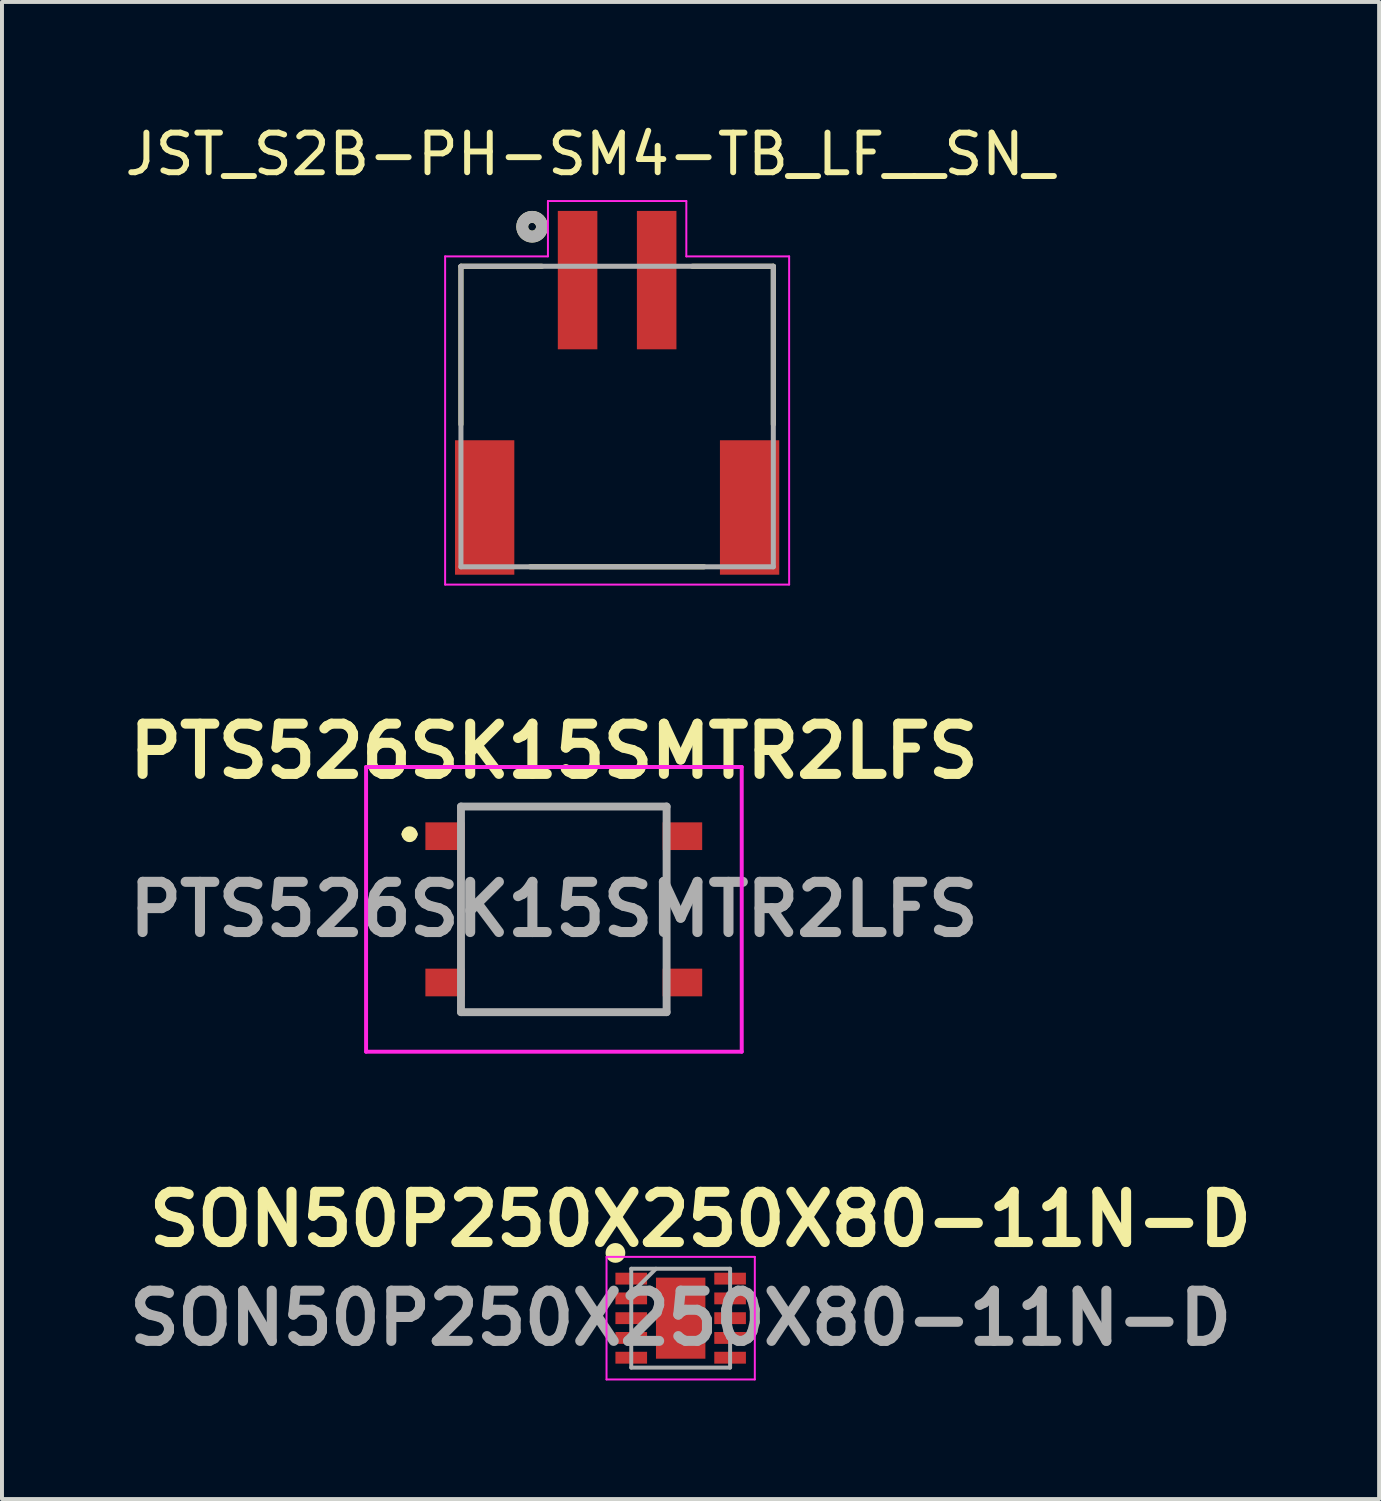
<source format=kicad_pcb>
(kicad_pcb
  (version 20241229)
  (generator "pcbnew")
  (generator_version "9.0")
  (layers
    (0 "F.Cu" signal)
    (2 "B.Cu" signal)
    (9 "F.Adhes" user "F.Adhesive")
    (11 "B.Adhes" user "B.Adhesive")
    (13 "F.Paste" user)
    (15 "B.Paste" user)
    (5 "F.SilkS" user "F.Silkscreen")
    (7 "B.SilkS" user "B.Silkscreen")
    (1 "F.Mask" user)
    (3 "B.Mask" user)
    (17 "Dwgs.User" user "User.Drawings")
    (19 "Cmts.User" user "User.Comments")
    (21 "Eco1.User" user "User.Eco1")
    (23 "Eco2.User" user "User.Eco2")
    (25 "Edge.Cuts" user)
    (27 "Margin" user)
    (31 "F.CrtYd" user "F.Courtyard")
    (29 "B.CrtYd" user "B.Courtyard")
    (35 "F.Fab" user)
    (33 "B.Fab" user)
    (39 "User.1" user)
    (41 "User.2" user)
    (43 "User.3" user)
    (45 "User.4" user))
  (footprint "PTS526SK15SMTR2LFS"
    (layer "F.Cu")
    (at 11.208 19.947)
    (property "Reference" "PTS526SK15SMTR2LFS" (at -0.25 -4 0) (layer "F.SilkS") (effects (font (size 1.27 1.27) (thickness 0.254))))
    (attr smd)
    (fp_line (start -4 -1.9) (end -4 -1.9) (stroke (width 0.2) (type solid)) (layer "F.SilkS"))
    (fp_line (start -3.8 -1.9) (end -3.8 -1.9) (stroke (width 0.2) (type solid)) (layer "F.SilkS"))
    (fp_line (start -2.6 -2.6) (end 2.6 -2.6) (stroke (width 0.1) (type solid)) (layer "F.SilkS"))
    (fp_line (start -2.6 -2.4) (end -2.6 -2.6) (stroke (width 0.1) (type solid)) (layer "F.SilkS"))
    (fp_line (start -2.6 1.3) (end -2.6 -1.3) (stroke (width 0.1) (type solid)) (layer "F.SilkS"))
    (fp_line (start -2.6 2.4) (end -2.6 2.6) (stroke (width 0.1) (type solid)) (layer "F.SilkS"))
    (fp_line (start -2.6 2.6) (end 2.6 2.6) (stroke (width 0.1) (type solid)) (layer "F.SilkS"))
    (fp_line (start 2.6 -2.6) (end 2.6 -2.4) (stroke (width 0.1) (type solid)) (layer "F.SilkS"))
    (fp_line (start 2.6 1.3) (end 2.6 -1.3) (stroke (width 0.1) (type solid)) (layer "F.SilkS"))
    (fp_line (start 2.6 2.6) (end 2.6 2.4) (stroke (width 0.1) (type solid)) (layer "F.SilkS"))
    (fp_arc (start -4 -1.9) (mid -3.9 -2) (end -3.8 -1.9) (stroke (width 0.2) (type solid)) (layer "F.SilkS"))
    (fp_arc (start -3.8 -1.9) (mid -3.9 -1.8) (end -4 -1.9) (stroke (width 0.2) (type solid)) (layer "F.SilkS"))
    (fp_line (start -5 -3.6) (end 4.5 -3.6) (stroke (width 0.1) (type solid)) (layer "F.CrtYd"))
    (fp_line (start -5 3.6) (end -5 -3.6) (stroke (width 0.1) (type solid)) (layer "F.CrtYd"))
    (fp_line (start 4.5 -3.6) (end 4.5 3.6) (stroke (width 0.1) (type solid)) (layer "F.CrtYd"))
    (fp_line (start 4.5 3.6) (end -5 3.6) (stroke (width 0.1) (type solid)) (layer "F.CrtYd"))
    (fp_line (start -2.6 -2.6) (end 2.6 -2.6) (stroke (width 0.2) (type solid)) (layer "F.Fab"))
    (fp_line (start -2.6 2.6) (end -2.6 -2.6) (stroke (width 0.2) (type solid)) (layer "F.Fab"))
    (fp_line (start 2.6 -2.6) (end 2.6 2.6) (stroke (width 0.2) (type solid)) (layer "F.Fab"))
    (fp_line (start 2.6 2.6) (end -2.6 2.6) (stroke (width 0.2) (type solid)) (layer "F.Fab"))
    (fp_text user "${REFERENCE}" (at -0.25 0 0) (layer "F.Fab") (effects (font (size 1.27 1.27) (thickness 0.254))))
    (pad "1" smd rect (at -3 -1.85 90) (size 0.7 1) (layers "F.Cu" "F.Mask" "F.Paste"))
    (pad "2" smd rect (at 3 -1.85 90) (size 0.7 1) (layers "F.Cu" "F.Mask" "F.Paste"))
    (pad "3" smd rect (at -3 1.85 90) (size 0.7 1) (layers "F.Cu" "F.Mask" "F.Paste"))
    (pad "4" smd rect (at 3 1.85 90) (size 0.7 1) (layers "F.Cu" "F.Mask" "F.Paste")))
  (footprint "JST_S2B-PH-SM4-TB_LF__SN_"
    (layer "F.Cu")
    (at 12.557 4.034)
    (property "Reference" "JST_S2B-PH-SM4-TB_LF__SN_" (at -0.692 -3.184 0) (layer "F.SilkS") (effects (font (size 1.002 1.002) (thickness 0.15))))
    (attr smd)
    (fp_line (start -3.95 -0.35) (end -3.95 3.65) (stroke (width 0.127) (type solid)) (layer "F.SilkS"))
    (fp_line (start -2.2 7.25) (end 2.2 7.25) (stroke (width 0.127) (type solid)) (layer "F.SilkS"))
    (fp_line (start -1.9 -0.35) (end -3.95 -0.35) (stroke (width 0.127) (type solid)) (layer "F.SilkS"))
    (fp_line (start 3.95 -0.35) (end 1.9 -0.35) (stroke (width 0.127) (type solid)) (layer "F.SilkS"))
    (fp_line (start 3.95 3.65) (end 3.95 -0.35) (stroke (width 0.127) (type solid)) (layer "F.SilkS"))
    (fp_circle (center -2.15 -1.35) (end -2.05 -1.35) (stroke (width 0.3) (type solid)) (fill no) (layer "F.SilkS"))
    (fp_line (start -4.35 -0.6) (end -1.75 -0.6) (stroke (width 0.05) (type solid)) (layer "F.CrtYd"))
    (fp_line (start -4.35 7.7) (end -4.35 -0.6) (stroke (width 0.05) (type solid)) (layer "F.CrtYd"))
    (fp_line (start -1.75 -2) (end 1.75 -2) (stroke (width 0.05) (type solid)) (layer "F.CrtYd"))
    (fp_line (start -1.75 -0.6) (end -1.75 -2) (stroke (width 0.05) (type solid)) (layer "F.CrtYd"))
    (fp_line (start 1.75 -2) (end 1.75 -0.6) (stroke (width 0.05) (type solid)) (layer "F.CrtYd"))
    (fp_line (start 1.75 -0.6) (end 4.35 -0.6) (stroke (width 0.05) (type solid)) (layer "F.CrtYd"))
    (fp_line (start 4.35 -0.6) (end 4.35 7.7) (stroke (width 0.05) (type solid)) (layer "F.CrtYd"))
    (fp_line (start 4.35 7.7) (end -4.35 7.7) (stroke (width 0.05) (type solid)) (layer "F.CrtYd"))
    (fp_line (start -3.95 -0.35) (end 3.95 -0.35) (stroke (width 0.127) (type solid)) (layer "F.Fab"))
    (fp_line (start -3.95 7.25) (end -3.95 -0.35) (stroke (width 0.127) (type solid)) (layer "F.Fab"))
    (fp_line (start 3.95 -0.35) (end 3.95 7.25) (stroke (width 0.127) (type solid)) (layer "F.Fab"))
    (fp_line (start 3.95 7.25) (end -3.95 7.25) (stroke (width 0.127) (type solid)) (layer "F.Fab"))
    (fp_circle (center -2.15 -1.35) (end -2.05 -1.35) (stroke (width 0.3) (type solid)) (fill no) (layer "F.Fab"))
    (pad "1" smd rect (at -1 0) (size 1 3.5) (layers "F.Cu" "F.Mask" "F.Paste"))
    (pad "2" smd rect (at 1 0) (size 1 3.5) (layers "F.Cu" "F.Mask" "F.Paste"))
    (pad "S1" smd rect (at -3.35 5.75) (size 1.5 3.4) (layers "F.Cu" "F.Mask" "F.Paste"))
    (pad "S2" smd rect (at 3.35 5.75) (size 1.5 3.4) (layers "F.Cu" "F.Mask" "F.Paste")))
  (footprint "SON50P250X250X80-11N-D"
    (layer "F.Cu")
    (at 14.164 30.286)
    (property "Reference" "SON50P250X250X80-11N-D" (at 0.5 -2.5 0) (layer "F.SilkS") (effects (font (size 1.27 1.27) (thickness 0.254))))
    (attr smd)
    (fp_circle (center -1.65 -1.65) (end -1.65 -1.525) (stroke (width 0.25) (type solid)) (fill no) (layer "F.SilkS"))
    (fp_line (start -1.875 -1.55) (end 1.875 -1.55) (stroke (width 0.05) (type solid)) (layer "F.CrtYd"))
    (fp_line (start -1.875 1.55) (end -1.875 -1.55) (stroke (width 0.05) (type solid)) (layer "F.CrtYd"))
    (fp_line (start 1.875 -1.55) (end 1.875 1.55) (stroke (width 0.05) (type solid)) (layer "F.CrtYd"))
    (fp_line (start 1.875 1.55) (end -1.875 1.55) (stroke (width 0.05) (type solid)) (layer "F.CrtYd"))
    (fp_line (start -1.25 -1.25) (end 1.25 -1.25) (stroke (width 0.1) (type solid)) (layer "F.Fab"))
    (fp_line (start -1.25 -0.625) (end -0.625 -1.25) (stroke (width 0.1) (type solid)) (layer "F.Fab"))
    (fp_line (start -1.25 1.25) (end -1.25 -1.25) (stroke (width 0.1) (type solid)) (layer "F.Fab"))
    (fp_line (start 1.25 -1.25) (end 1.25 1.25) (stroke (width 0.1) (type solid)) (layer "F.Fab"))
    (fp_line (start 1.25 1.25) (end -1.25 1.25) (stroke (width 0.1) (type solid)) (layer "F.Fab"))
    (fp_text user "${REFERENCE}" (at 0 0 0) (layer "F.Fab") (effects (font (size 1.27 1.27) (thickness 0.254))))
    (pad "1" smd rect (at -1.25 -1 90) (size 0.3 0.8) (layers "F.Cu" "F.Mask" "F.Paste"))
    (pad "2" smd rect (at -1.25 -0.5 90) (size 0.3 0.8) (layers "F.Cu" "F.Mask" "F.Paste"))
    (pad "3" smd rect (at -1.25 0 90) (size 0.3 0.8) (layers "F.Cu" "F.Mask" "F.Paste"))
    (pad "4" smd rect (at -1.25 0.5 90) (size 0.3 0.8) (layers "F.Cu" "F.Mask" "F.Paste"))
    (pad "5" smd rect (at -1.25 1 90) (size 0.3 0.8) (layers "F.Cu" "F.Mask" "F.Paste"))
    (pad "6" smd rect (at 1.25 1 90) (size 0.3 0.8) (layers "F.Cu" "F.Mask" "F.Paste"))
    (pad "7" smd rect (at 1.25 0.5 90) (size 0.3 0.8) (layers "F.Cu" "F.Mask" "F.Paste"))
    (pad "8" smd rect (at 1.25 0 90) (size 0.3 0.8) (layers "F.Cu" "F.Mask" "F.Paste"))
    (pad "9" smd rect (at 1.25 -0.5 90) (size 0.3 0.8) (layers "F.Cu" "F.Mask" "F.Paste"))
    (pad "10" smd rect (at 1.25 -1 90) (size 0.3 0.8) (layers "F.Cu" "F.Mask" "F.Paste"))
    (pad "11" smd rect (at 0 0) (size 1.25 2.05) (layers "F.Cu" "F.Mask" "F.Paste")))
  (gr_rect
    (start -3 -3)
    (end 31.827 34.861)
    (stroke (width 0.1) (type default))
    (fill no)
    (layer "Edge.Cuts")))
</source>
